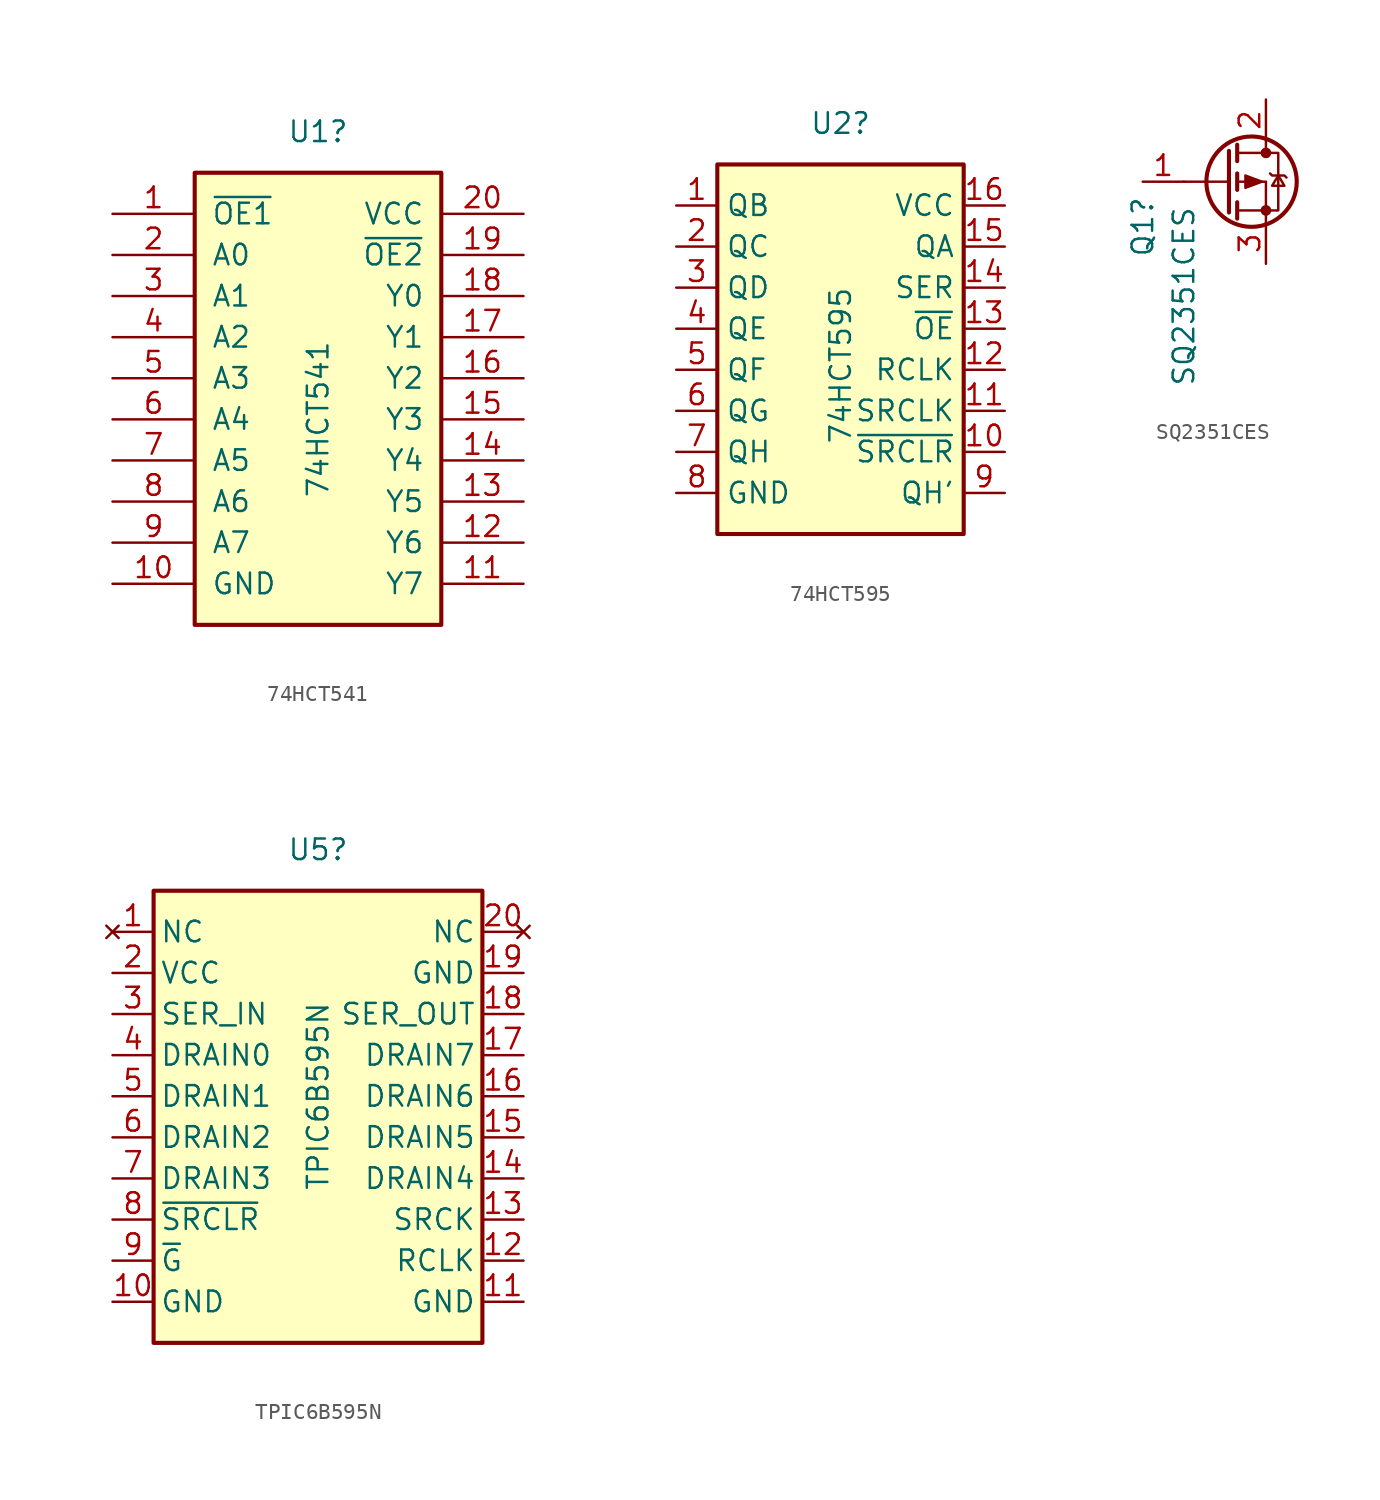
<source format=kicad_sym>
(kicad_symbol_lib
  (version 20241209)
  (generator "kicad_symbol_editor")
  (generator_version "9.0")
  (symbol "74HCT541"
    (pin_names
      (offset 1.016))
    (property "Reference" "U1"
      (at 0 17.78 0)
      (effects (font (size 1.27 1.27))))
    (property "Value" "74HCT541"
      (at 0 0 90)
      (effects (font (size 1.27 1.27))))
    (property "ki_locked" ""
      (at 0 0 0)
      (effects (font (size 1.27 1.27))))
    (symbol "74HCT541_1_0"
      (pin input line (at -12.7 12.7 0) (length 5.08) (name "~{OE1}" (effects (font (size 1.27 1.27)))) (number "1" (effects (font (size 1.27 1.27)))))
      (pin input line (at -12.7 10.16 0) (length 5.08) (name "A0" (effects (font (size 1.27 1.27)))) (number "2" (effects (font (size 1.27 1.27)))))
      (pin input line (at -12.7 7.62 0) (length 5.08) (name "A1" (effects (font (size 1.27 1.27)))) (number "3" (effects (font (size 1.27 1.27)))))
      (pin input line (at -12.7 5.08 0) (length 5.08) (name "A2" (effects (font (size 1.27 1.27)))) (number "4" (effects (font (size 1.27 1.27)))))
      (pin input line (at -12.7 2.54 0) (length 5.08) (name "A3" (effects (font (size 1.27 1.27)))) (number "5" (effects (font (size 1.27 1.27)))))
      (pin input line (at -12.7 0 0) (length 5.08) (name "A4" (effects (font (size 1.27 1.27)))) (number "6" (effects (font (size 1.27 1.27)))))
      (pin input line (at -12.7 -2.54 0) (length 5.08) (name "A5" (effects (font (size 1.27 1.27)))) (number "7" (effects (font (size 1.27 1.27)))))
      (pin input line (at -12.7 -5.08 0) (length 5.08) (name "A6" (effects (font (size 1.27 1.27)))) (number "8" (effects (font (size 1.27 1.27)))))
      (pin input line (at -12.7 -7.62 0) (length 5.08) (name "A7" (effects (font (size 1.27 1.27)))) (number "9" (effects (font (size 1.27 1.27)))))
      (pin power_in line (at -12.7 -10.16 0) (length 5.08) (name "GND" (effects (font (size 1.27 1.27)))) (number "10" (effects (font (size 1.27 1.27)))))
      (pin power_in line (at 12.7 12.7 180) (length 5.08) (name "VCC" (effects (font (size 1.27 1.27)))) (number "20" (effects (font (size 1.27 1.27)))))
      (pin input line (at 12.7 10.16 180) (length 5.08) (name "~{OE2}" (effects (font (size 1.27 1.27)))) (number "19" (effects (font (size 1.27 1.27)))))
      (pin tri_state line (at 12.7 7.62 180) (length 5.08) (name "Y0" (effects (font (size 1.27 1.27)))) (number "18" (effects (font (size 1.27 1.27)))))
      (pin tri_state line (at 12.7 5.08 180) (length 5.08) (name "Y1" (effects (font (size 1.27 1.27)))) (number "17" (effects (font (size 1.27 1.27)))))
      (pin tri_state line (at 12.7 2.54 180) (length 5.08) (name "Y2" (effects (font (size 1.27 1.27)))) (number "16" (effects (font (size 1.27 1.27)))))
      (pin tri_state line (at 12.7 0 180) (length 5.08) (name "Y3" (effects (font (size 1.27 1.27)))) (number "15" (effects (font (size 1.27 1.27)))))
      (pin tri_state line (at 12.7 -2.54 180) (length 5.08) (name "Y4" (effects (font (size 1.27 1.27)))) (number "14" (effects (font (size 1.27 1.27)))))
      (pin tri_state line (at 12.7 -5.08 180) (length 5.08) (name "Y5" (effects (font (size 1.27 1.27)))) (number "13" (effects (font (size 1.27 1.27)))))
      (pin tri_state line (at 12.7 -7.62 180) (length 5.08) (name "Y6" (effects (font (size 1.27 1.27)))) (number "12" (effects (font (size 1.27 1.27)))))
      (pin tri_state line (at 12.7 -10.16 180) (length 5.08) (name "Y7" (effects (font (size 1.27 1.27)))) (number "11" (effects (font (size 1.27 1.27))))))
    (symbol "74HCT541_1_1"
      (rectangle (start -7.62 15.24) (end 7.62 -12.7) (stroke (width 0.254) (type default)) (fill (type background)))))
  (symbol "74HCT595"
    (property "Reference" "U2"
      (at 0 15.24 0)
      (effects (font (size 1.27 1.27))))
    (property "Value" "74HCT595"
      (at 0 0.254 90)
      (effects (font (size 1.27 1.27))))
    (symbol "74HCT595_1_0"
      (pin tri_state line (at -10.16 10.16 0) (length 2.54) (name "QB" (effects (font (size 1.27 1.27)))) (number "1" (effects (font (size 1.27 1.27)))))
      (pin tri_state line (at -10.16 7.62 0) (length 2.54) (name "QC" (effects (font (size 1.27 1.27)))) (number "2" (effects (font (size 1.27 1.27)))))
      (pin tri_state line (at -10.16 5.08 0) (length 2.54) (name "QD" (effects (font (size 1.27 1.27)))) (number "3" (effects (font (size 1.27 1.27)))))
      (pin tri_state line (at -10.16 2.54 0) (length 2.54) (name "QE" (effects (font (size 1.27 1.27)))) (number "4" (effects (font (size 1.27 1.27)))))
      (pin tri_state line (at -10.16 0 0) (length 2.54) (name "QF" (effects (font (size 1.27 1.27)))) (number "5" (effects (font (size 1.27 1.27)))))
      (pin tri_state line (at -10.16 -2.54 0) (length 2.54) (name "QG" (effects (font (size 1.27 1.27)))) (number "6" (effects (font (size 1.27 1.27)))))
      (pin tri_state line (at -10.16 -5.08 0) (length 2.54) (name "QH" (effects (font (size 1.27 1.27)))) (number "7" (effects (font (size 1.27 1.27)))))
      (pin power_in line (at -10.16 -7.62 0) (length 2.54) (name "GND" (effects (font (size 1.27 1.27)))) (number "8" (effects (font (size 1.27 1.27)))))
      (pin power_in line (at 10.16 10.16 180) (length 2.54) (name "VCC" (effects (font (size 1.27 1.27)))) (number "16" (effects (font (size 1.27 1.27)))))
      (pin tri_state line (at 10.16 7.62 180) (length 2.54) (name "QA" (effects (font (size 1.27 1.27)))) (number "15" (effects (font (size 1.27 1.27)))))
      (pin input line (at 10.16 5.08 180) (length 2.54) (name "SER" (effects (font (size 1.27 1.27)))) (number "14" (effects (font (size 1.27 1.27)))))
      (pin input line (at 10.16 2.54 180) (length 2.54) (name "~{OE}" (effects (font (size 1.27 1.27)))) (number "13" (effects (font (size 1.27 1.27)))))
      (pin input line (at 10.16 0 180) (length 2.54) (name "RCLK" (effects (font (size 1.27 1.27)))) (number "12" (effects (font (size 1.27 1.27)))))
      (pin input line (at 10.16 -2.54 180) (length 2.54) (name "SRCLK" (effects (font (size 1.27 1.27)))) (number "11" (effects (font (size 1.27 1.27)))))
      (pin input line (at 10.16 -5.08 180) (length 2.54) (name "~{SRCLR}" (effects (font (size 1.27 1.27)))) (number "10" (effects (font (size 1.27 1.27)))))
      (pin output line (at 10.16 -7.62 180) (length 2.54) (name "QH'" (effects (font (size 1.27 1.27)))) (number "9" (effects (font (size 1.27 1.27))))))
    (symbol "74HCT595_1_1"
      (rectangle (start -7.62 12.7) (end 7.62 -10.16) (stroke (width 0.254) (type default)) (fill (type background)))))
  (symbol "SQ2351CES"
    (pin_names
      (hide yes))
    (property "Reference" "Q1"
      (at -5.08 -2.794 90)
      (effects (font (size 1.27 1.27))))
    (property "Value" "SQ2351CES"
      (at -2.54 -12.7 90)
      (effects (font (size 1.27 1.27)) (justify left)))
    (symbol "SQ2351CES_0_1"
      (polyline (pts (xy 0.254 1.905) (xy 0.254 -1.905)) (stroke (width 0.254) (type default)) (fill (type none)))
      (polyline (pts (xy 0.254 0) (xy -2.54 0)) (stroke (width 0) (type default)) (fill (type none)))
      (polyline (pts (xy 0.762 2.286) (xy 0.762 1.27)) (stroke (width 0.254) (type default)) (fill (type none)))
      (polyline (pts (xy 0.762 1.778) (xy 3.302 1.778) (xy 3.302 -1.778) (xy 0.762 -1.778)) (stroke (width 0) (type default)) (fill (type none)))
      (polyline (pts (xy 0.762 0.508) (xy 0.762 -0.508)) (stroke (width 0.254) (type default)) (fill (type none)))
      (polyline (pts (xy 0.762 -1.27) (xy 0.762 -2.286)) (stroke (width 0.254) (type default)) (fill (type none)))
      (circle (center 1.651 0) (radius 2.794) (stroke (width 0.254) (type default)) (fill (type none)))
      (polyline (pts (xy 2.286 0) (xy 1.27 0.381) (xy 1.27 -0.381) (xy 2.286 0)) (stroke (width 0) (type default)) (fill (type outline)))
      (polyline (pts (xy 2.54 2.54) (xy 2.54 1.778)) (stroke (width 0) (type default)) (fill (type none)))
      (circle (center 2.54 1.778) (radius 0.254) (stroke (width 0) (type default)) (fill (type outline)))
      (circle (center 2.54 -1.778) (radius 0.254) (stroke (width 0) (type default)) (fill (type outline)))
      (polyline (pts (xy 2.54 -2.54) (xy 2.54 0) (xy 0.762 0)) (stroke (width 0) (type default)) (fill (type none)))
      (polyline (pts (xy 2.794 0.508) (xy 2.921 0.381) (xy 3.683 0.381) (xy 3.81 0.254)) (stroke (width 0) (type default)) (fill (type none)))
      (polyline (pts (xy 3.302 0.381) (xy 2.921 -0.254) (xy 3.683 -0.254) (xy 3.302 0.381)) (stroke (width 0) (type default)) (fill (type none))))
    (symbol "SQ2351CES_1_1"
      (pin input line (at -5.08 0 0) (length 2.54) (name "G" (effects (font (size 1.27 1.27)))) (number "1" (effects (font (size 1.27 1.27)))))
      (pin passive line (at 2.54 5.08 270) (length 2.54) (name "S" (effects (font (size 1.27 1.27)))) (number "2" (effects (font (size 1.27 1.27)))))
      (pin passive line (at 2.54 -5.08 90) (length 2.54) (name "D" (effects (font (size 1.27 1.27)))) (number "3" (effects (font (size 1.27 1.27)))))))
  (symbol "TPIC6B595N"
    (pin_names
      (offset 0.381))
    (property "Reference" "U5"
      (at 0 15.24 0)
      (effects (font (size 1.27 1.27))))
    (property "Value" "TPIC6B595N"
      (at 0 0 90)
      (effects (font (size 1.27 1.27))))
    (symbol "TPIC6B595N_0_1"
      (rectangle (start -10.16 12.7) (end 10.16 -15.24) (stroke (width 0.254) (type default)) (fill (type background))))
    (symbol "TPIC6B595N_1_1"
      (pin no_connect line (at -12.7 10.16 0) (length 2.54) (name "NC" (effects (font (size 1.27 1.27)))) (number "1" (effects (font (size 1.27 1.27)))))
      (pin power_in line (at -12.7 7.62 0) (length 2.54) (name "VCC" (effects (font (size 1.27 1.27)))) (number "2" (effects (font (size 1.27 1.27)))))
      (pin input line (at -12.7 5.08 0) (length 2.54) (name "SER_IN" (effects (font (size 1.27 1.27)))) (number "3" (effects (font (size 1.27 1.27)))))
      (pin open_collector line (at -12.7 2.54 0) (length 2.54) (name "DRAIN0" (effects (font (size 1.27 1.27)))) (number "4" (effects (font (size 1.27 1.27)))))
      (pin open_collector line (at -12.7 0 0) (length 2.54) (name "DRAIN1" (effects (font (size 1.27 1.27)))) (number "5" (effects (font (size 1.27 1.27)))))
      (pin open_collector line (at -12.7 -2.54 0) (length 2.54) (name "DRAIN2" (effects (font (size 1.27 1.27)))) (number "6" (effects (font (size 1.27 1.27)))))
      (pin open_collector line (at -12.7 -5.08 0) (length 2.54) (name "DRAIN3" (effects (font (size 1.27 1.27)))) (number "7" (effects (font (size 1.27 1.27)))))
      (pin input line (at -12.7 -7.62 0) (length 2.54) (name "~{SRCLR}" (effects (font (size 1.27 1.27)))) (number "8" (effects (font (size 1.27 1.27)))))
      (pin input line (at -12.7 -10.16 0) (length 2.54) (name "~{G}" (effects (font (size 1.27 1.27)))) (number "9" (effects (font (size 1.27 1.27)))))
      (pin power_in line (at -12.7 -12.7 0) (length 2.54) (name "GND" (effects (font (size 1.27 1.27)))) (number "10" (effects (font (size 1.27 1.27)))))
      (pin no_connect line (at 12.7 10.16 180) (length 2.54) (name "NC" (effects (font (size 1.27 1.27)))) (number "20" (effects (font (size 1.27 1.27)))))
      (pin power_in line (at 12.7 7.62 180) (length 2.54) (name "GND" (effects (font (size 1.27 1.27)))) (number "19" (effects (font (size 1.27 1.27)))))
      (pin output line (at 12.7 5.08 180) (length 2.54) (name "SER_OUT" (effects (font (size 1.27 1.27)))) (number "18" (effects (font (size 1.27 1.27)))))
      (pin open_collector line (at 12.7 2.54 180) (length 2.54) (name "DRAIN7" (effects (font (size 1.27 1.27)))) (number "17" (effects (font (size 1.27 1.27)))))
      (pin open_collector line (at 12.7 0 180) (length 2.54) (name "DRAIN6" (effects (font (size 1.27 1.27)))) (number "16" (effects (font (size 1.27 1.27)))))
      (pin open_collector line (at 12.7 -2.54 180) (length 2.54) (name "DRAIN5" (effects (font (size 1.27 1.27)))) (number "15" (effects (font (size 1.27 1.27)))))
      (pin open_collector line (at 12.7 -5.08 180) (length 2.54) (name "DRAIN4" (effects (font (size 1.27 1.27)))) (number "14" (effects (font (size 1.27 1.27)))))
      (pin input line (at 12.7 -7.62 180) (length 2.54) (name "SRCK" (effects (font (size 1.27 1.27)))) (number "13" (effects (font (size 1.27 1.27)))))
      (pin input line (at 12.7 -10.16 180) (length 2.54) (name "RCLK" (effects (font (size 1.27 1.27)))) (number "12" (effects (font (size 1.27 1.27)))))
      (pin power_in line (at 12.7 -12.7 180) (length 2.54) (name "GND" (effects (font (size 1.27 1.27)))) (number "11" (effects (font (size 1.27 1.27))))))))
</source>
